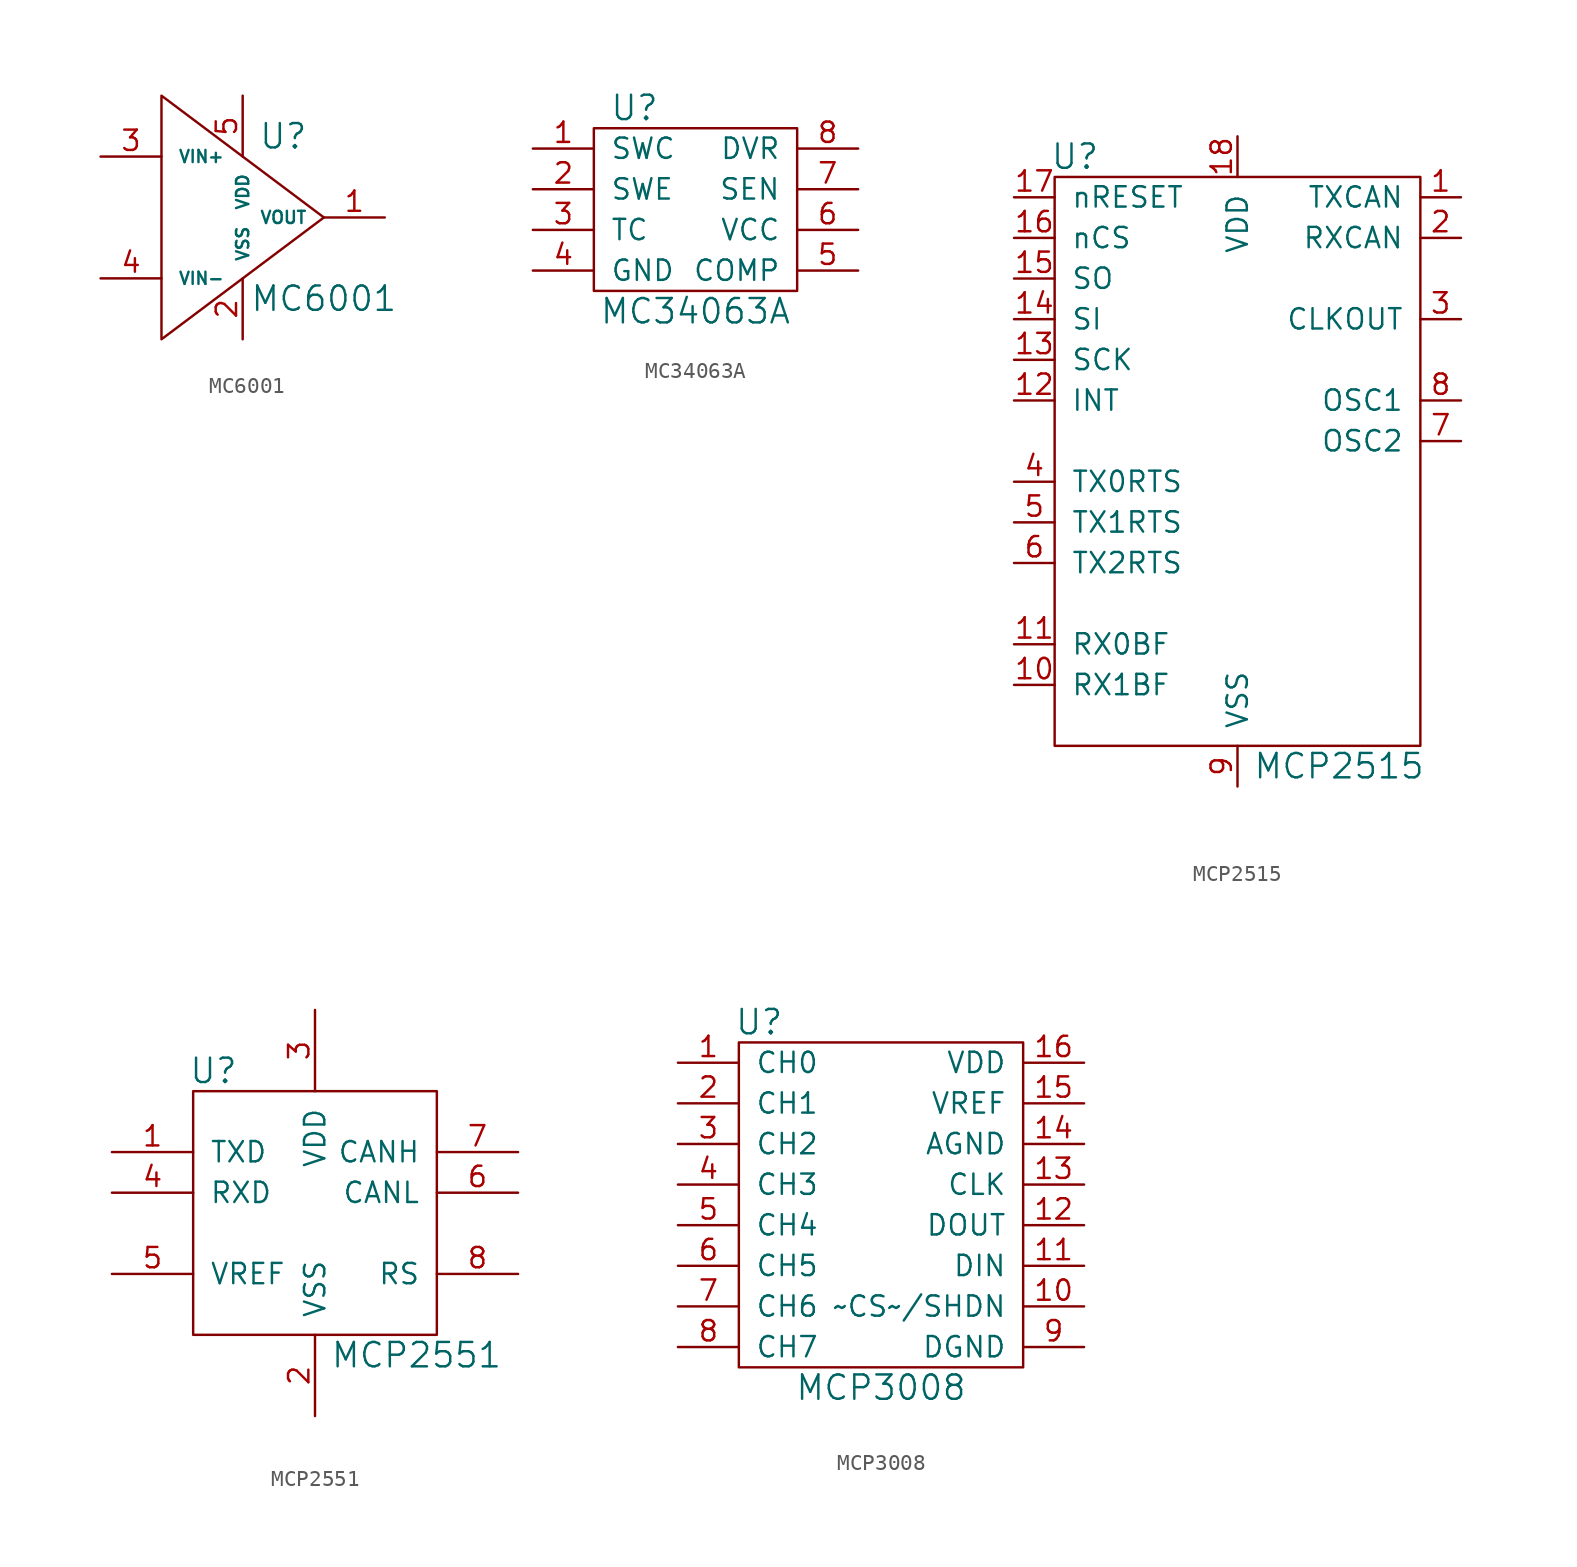
<source format=kicad_sym>
(kicad_symbol_lib
  (version 20210619)
  (generator kicad_symbol_editor)
  (symbol "tinkerforge:MC6001"
    (pin_names
      (offset 1.016))
    (property "Reference" "U"
      (at 2.54 5.08 0)
      (effects (font (size 1.524 1.524))))
    (property "Value" "MC6001"
      (at 5.08 -5.08 0)
      (effects (font (size 1.524 1.524))))
    (property "Footprint" ""
      (at 0 0 0)
      (effects (font (size 1.524 1.524))))
    (property "Datasheet" ""
      (at 0 0 0)
      (effects (font (size 1.524 1.524))))
    (symbol "MC6001_0_1"
      (polyline (pts (xy 5.08 0) (xy -5.08 -7.62) (xy -5.08 7.62) (xy 5.08 0) (xy 5.08 0)) (stroke (width 0)) (fill (type none))))
    (symbol "MC6001_1_1"
      (pin passive line (at 8.89 0 180) (length 3.81) (name "VOUT" (effects (font (size 0.762 0.762)))) (number "1" (effects (font (size 1.27 1.27)))))
      (pin passive line (at 0 -7.62 90) (length 3.81) (name "VSS" (effects (font (size 0.762 0.762)))) (number "2" (effects (font (size 1.27 1.27)))))
      (pin passive line (at -8.89 3.81 0) (length 3.81) (name "VIN+" (effects (font (size 0.762 0.762)))) (number "3" (effects (font (size 1.27 1.27)))))
      (pin passive line (at -8.89 -3.81 0) (length 3.81) (name "VIN-" (effects (font (size 0.762 0.762)))) (number "4" (effects (font (size 1.27 1.27)))))
      (pin passive line (at 0 7.62 270) (length 3.81) (name "VDD" (effects (font (size 0.762 0.762)))) (number "5" (effects (font (size 1.27 1.27)))))))
  (symbol "tinkerforge:MC34063A"
    (pin_names
      (offset 1.016))
    (property "Reference" "U"
      (at -3.81 6.35 0)
      (effects (font (size 1.524 1.524))))
    (property "Value" "MC34063A"
      (at 0 -6.35 0)
      (effects (font (size 1.524 1.524))))
    (property "Footprint" ""
      (at 0 0 0)
      (effects (font (size 1.524 1.524))))
    (property "Datasheet" ""
      (at 0 0 0)
      (effects (font (size 1.524 1.524))))
    (symbol "MC34063A_0_1"
      (rectangle (start -6.35 5.08) (end 6.35 -5.08) (stroke (width 0)) (fill (type none))))
    (symbol "MC34063A_1_1"
      (pin passive line (at -10.16 3.81 0) (length 3.81) (name "SWC" (effects (font (size 1.27 1.27)))) (number "1" (effects (font (size 1.27 1.27)))))
      (pin passive line (at -10.16 1.27 0) (length 3.81) (name "SWE" (effects (font (size 1.27 1.27)))) (number "2" (effects (font (size 1.27 1.27)))))
      (pin passive line (at -10.16 -1.27 0) (length 3.81) (name "TC" (effects (font (size 1.27 1.27)))) (number "3" (effects (font (size 1.27 1.27)))))
      (pin passive line (at -10.16 -3.81 0) (length 3.81) (name "GND" (effects (font (size 1.27 1.27)))) (number "4" (effects (font (size 1.27 1.27)))))
      (pin passive line (at 10.16 -3.81 180) (length 3.81) (name "COMP" (effects (font (size 1.27 1.27)))) (number "5" (effects (font (size 1.27 1.27)))))
      (pin passive line (at 10.16 -1.27 180) (length 3.81) (name "VCC" (effects (font (size 1.27 1.27)))) (number "6" (effects (font (size 1.27 1.27)))))
      (pin passive line (at 10.16 1.27 180) (length 3.81) (name "SEN" (effects (font (size 1.27 1.27)))) (number "7" (effects (font (size 1.27 1.27)))))
      (pin passive line (at 10.16 3.81 180) (length 3.81) (name "DVR" (effects (font (size 1.27 1.27)))) (number "8" (effects (font (size 1.27 1.27)))))))
  (symbol "tinkerforge:MCP2515"
    (pin_names
      (offset 1.016))
    (property "Reference" "U"
      (at -10.16 19.05 0)
      (effects (font (size 1.524 1.524))))
    (property "Value" "MCP2515"
      (at 6.35 -19.05 0)
      (effects (font (size 1.524 1.524))))
    (property "Footprint" ""
      (at 0 11.43 0)
      (effects (font (size 1.524 1.524))))
    (property "Datasheet" ""
      (at 0 11.43 0)
      (effects (font (size 1.524 1.524))))
    (symbol "MCP2515_0_1"
      (rectangle (start -11.43 17.78) (end 11.43 -17.78) (stroke (width 0)) (fill (type none))))
    (symbol "MCP2515_1_1"
      (pin passive line (at 13.97 16.51 180) (length 2.54) (name "TXCAN" (effects (font (size 1.27 1.27)))) (number "1" (effects (font (size 1.27 1.27)))))
      (pin passive line (at -13.97 -13.97 0) (length 2.54) (name "RX1BF" (effects (font (size 1.27 1.27)))) (number "10" (effects (font (size 1.27 1.27)))))
      (pin passive line (at -13.97 -11.43 0) (length 2.54) (name "RX0BF" (effects (font (size 1.27 1.27)))) (number "11" (effects (font (size 1.27 1.27)))))
      (pin passive line (at -13.97 3.81 0) (length 2.54) (name "INT" (effects (font (size 1.27 1.27)))) (number "12" (effects (font (size 1.27 1.27)))))
      (pin passive line (at -13.97 6.35 0) (length 2.54) (name "SCK" (effects (font (size 1.27 1.27)))) (number "13" (effects (font (size 1.27 1.27)))))
      (pin passive line (at -13.97 8.89 0) (length 2.54) (name "SI" (effects (font (size 1.27 1.27)))) (number "14" (effects (font (size 1.27 1.27)))))
      (pin passive line (at -13.97 11.43 0) (length 2.54) (name "SO" (effects (font (size 1.27 1.27)))) (number "15" (effects (font (size 1.27 1.27)))))
      (pin passive line (at -13.97 13.97 0) (length 2.54) (name "nCS" (effects (font (size 1.27 1.27)))) (number "16" (effects (font (size 1.27 1.27)))))
      (pin passive line (at -13.97 16.51 0) (length 2.54) (name "nRESET" (effects (font (size 1.27 1.27)))) (number "17" (effects (font (size 1.27 1.27)))))
      (pin passive line (at 0 20.32 270) (length 2.54) (name "VDD" (effects (font (size 1.27 1.27)))) (number "18" (effects (font (size 1.27 1.27)))))
      (pin passive line (at 13.97 13.97 180) (length 2.54) (name "RXCAN" (effects (font (size 1.27 1.27)))) (number "2" (effects (font (size 1.27 1.27)))))
      (pin passive line (at 13.97 8.89 180) (length 2.54) (name "CLKOUT" (effects (font (size 1.27 1.27)))) (number "3" (effects (font (size 1.27 1.27)))))
      (pin passive line (at -13.97 -1.27 0) (length 2.54) (name "TX0RTS" (effects (font (size 1.27 1.27)))) (number "4" (effects (font (size 1.27 1.27)))))
      (pin passive line (at -13.97 -3.81 0) (length 2.54) (name "TX1RTS" (effects (font (size 1.27 1.27)))) (number "5" (effects (font (size 1.27 1.27)))))
      (pin passive line (at -13.97 -6.35 0) (length 2.54) (name "TX2RTS" (effects (font (size 1.27 1.27)))) (number "6" (effects (font (size 1.27 1.27)))))
      (pin passive line (at 13.97 1.27 180) (length 2.54) (name "OSC2" (effects (font (size 1.27 1.27)))) (number "7" (effects (font (size 1.27 1.27)))))
      (pin passive line (at 13.97 3.81 180) (length 2.54) (name "OSC1" (effects (font (size 1.27 1.27)))) (number "8" (effects (font (size 1.27 1.27)))))
      (pin passive line (at 0 -20.32 90) (length 2.54) (name "VSS" (effects (font (size 1.27 1.27)))) (number "9" (effects (font (size 1.27 1.27)))))))
  (symbol "tinkerforge:MCP2551"
    (pin_names
      (offset 1.016))
    (property "Reference" "U"
      (at -6.35 8.89 0)
      (effects (font (size 1.524 1.524))))
    (property "Value" "MCP2551"
      (at 6.35 -8.89 0)
      (effects (font (size 1.524 1.524))))
    (property "Footprint" ""
      (at 0 0 0)
      (effects (font (size 1.524 1.524))))
    (property "Datasheet" ""
      (at 0 0 0)
      (effects (font (size 1.524 1.524))))
    (symbol "MCP2551_0_1"
      (rectangle (start -7.62 7.62) (end 7.62 -7.62) (stroke (width 0)) (fill (type none))))
    (symbol "MCP2551_1_1"
      (pin output line (at -12.7 3.81 0) (length 5.08) (name "TXD" (effects (font (size 1.27 1.27)))) (number "1" (effects (font (size 1.27 1.27)))))
      (pin power_in line (at 0 -12.7 90) (length 5.08) (name "VSS" (effects (font (size 1.27 1.27)))) (number "2" (effects (font (size 1.27 1.27)))))
      (pin power_in line (at 0 12.7 270) (length 5.08) (name "VDD" (effects (font (size 1.27 1.27)))) (number "3" (effects (font (size 1.27 1.27)))))
      (pin input line (at -12.7 1.27 0) (length 5.08) (name "RXD" (effects (font (size 1.27 1.27)))) (number "4" (effects (font (size 1.27 1.27)))))
      (pin output line (at -12.7 -3.81 0) (length 5.08) (name "VREF" (effects (font (size 1.27 1.27)))) (number "5" (effects (font (size 1.27 1.27)))))
      (pin passive line (at 12.7 1.27 180) (length 5.08) (name "CANL" (effects (font (size 1.27 1.27)))) (number "6" (effects (font (size 1.27 1.27)))))
      (pin passive line (at 12.7 3.81 180) (length 5.08) (name "CANH" (effects (font (size 1.27 1.27)))) (number "7" (effects (font (size 1.27 1.27)))))
      (pin passive line (at 12.7 -3.81 180) (length 5.08) (name "RS" (effects (font (size 1.27 1.27)))) (number "8" (effects (font (size 1.27 1.27)))))))
  (symbol "tinkerforge:MCP3008"
    (pin_names
      (offset 1.016))
    (property "Reference" "U"
      (at -7.62 11.43 0)
      (effects (font (size 1.524 1.524))))
    (property "Value" "MCP3008"
      (at 0 -11.43 0)
      (effects (font (size 1.524 1.524))))
    (property "Footprint" ""
      (at 0 0 0)
      (effects (font (size 1.524 1.524))))
    (property "Datasheet" ""
      (at 0 0 0)
      (effects (font (size 1.524 1.524))))
    (symbol "MCP3008_0_1"
      (rectangle (start -8.89 10.16) (end 8.89 -10.16) (stroke (width 0)) (fill (type none))))
    (symbol "MCP3008_1_1"
      (pin passive line (at -12.7 8.89 0) (length 3.81) (name "CH0" (effects (font (size 1.27 1.27)))) (number "1" (effects (font (size 1.27 1.27)))))
      (pin passive line (at 12.7 -6.35 180) (length 3.81) (name "~CS~/SHDN" (effects (font (size 1.27 1.27)))) (number "10" (effects (font (size 1.27 1.27)))))
      (pin passive line (at 12.7 -3.81 180) (length 3.81) (name "DIN" (effects (font (size 1.27 1.27)))) (number "11" (effects (font (size 1.27 1.27)))))
      (pin passive line (at 12.7 -1.27 180) (length 3.81) (name "DOUT" (effects (font (size 1.27 1.27)))) (number "12" (effects (font (size 1.27 1.27)))))
      (pin passive line (at 12.7 1.27 180) (length 3.81) (name "CLK" (effects (font (size 1.27 1.27)))) (number "13" (effects (font (size 1.27 1.27)))))
      (pin passive line (at 12.7 3.81 180) (length 3.81) (name "AGND" (effects (font (size 1.27 1.27)))) (number "14" (effects (font (size 1.27 1.27)))))
      (pin passive line (at 12.7 6.35 180) (length 3.81) (name "VREF" (effects (font (size 1.27 1.27)))) (number "15" (effects (font (size 1.27 1.27)))))
      (pin passive line (at 12.7 8.89 180) (length 3.81) (name "VDD" (effects (font (size 1.27 1.27)))) (number "16" (effects (font (size 1.27 1.27)))))
      (pin passive line (at -12.7 6.35 0) (length 3.81) (name "CH1" (effects (font (size 1.27 1.27)))) (number "2" (effects (font (size 1.27 1.27)))))
      (pin passive line (at -12.7 3.81 0) (length 3.81) (name "CH2" (effects (font (size 1.27 1.27)))) (number "3" (effects (font (size 1.27 1.27)))))
      (pin passive line (at -12.7 1.27 0) (length 3.81) (name "CH3" (effects (font (size 1.27 1.27)))) (number "4" (effects (font (size 1.27 1.27)))))
      (pin passive line (at -12.7 -1.27 0) (length 3.81) (name "CH4" (effects (font (size 1.27 1.27)))) (number "5" (effects (font (size 1.27 1.27)))))
      (pin passive line (at -12.7 -3.81 0) (length 3.81) (name "CH5" (effects (font (size 1.27 1.27)))) (number "6" (effects (font (size 1.27 1.27)))))
      (pin passive line (at -12.7 -6.35 0) (length 3.81) (name "CH6" (effects (font (size 1.27 1.27)))) (number "7" (effects (font (size 1.27 1.27)))))
      (pin passive line (at -12.7 -8.89 0) (length 3.81) (name "CH7" (effects (font (size 1.27 1.27)))) (number "8" (effects (font (size 1.27 1.27)))))
      (pin passive line (at 12.7 -8.89 180) (length 3.81) (name "DGND" (effects (font (size 1.27 1.27)))) (number "9" (effects (font (size 1.27 1.27))))))))
</source>
